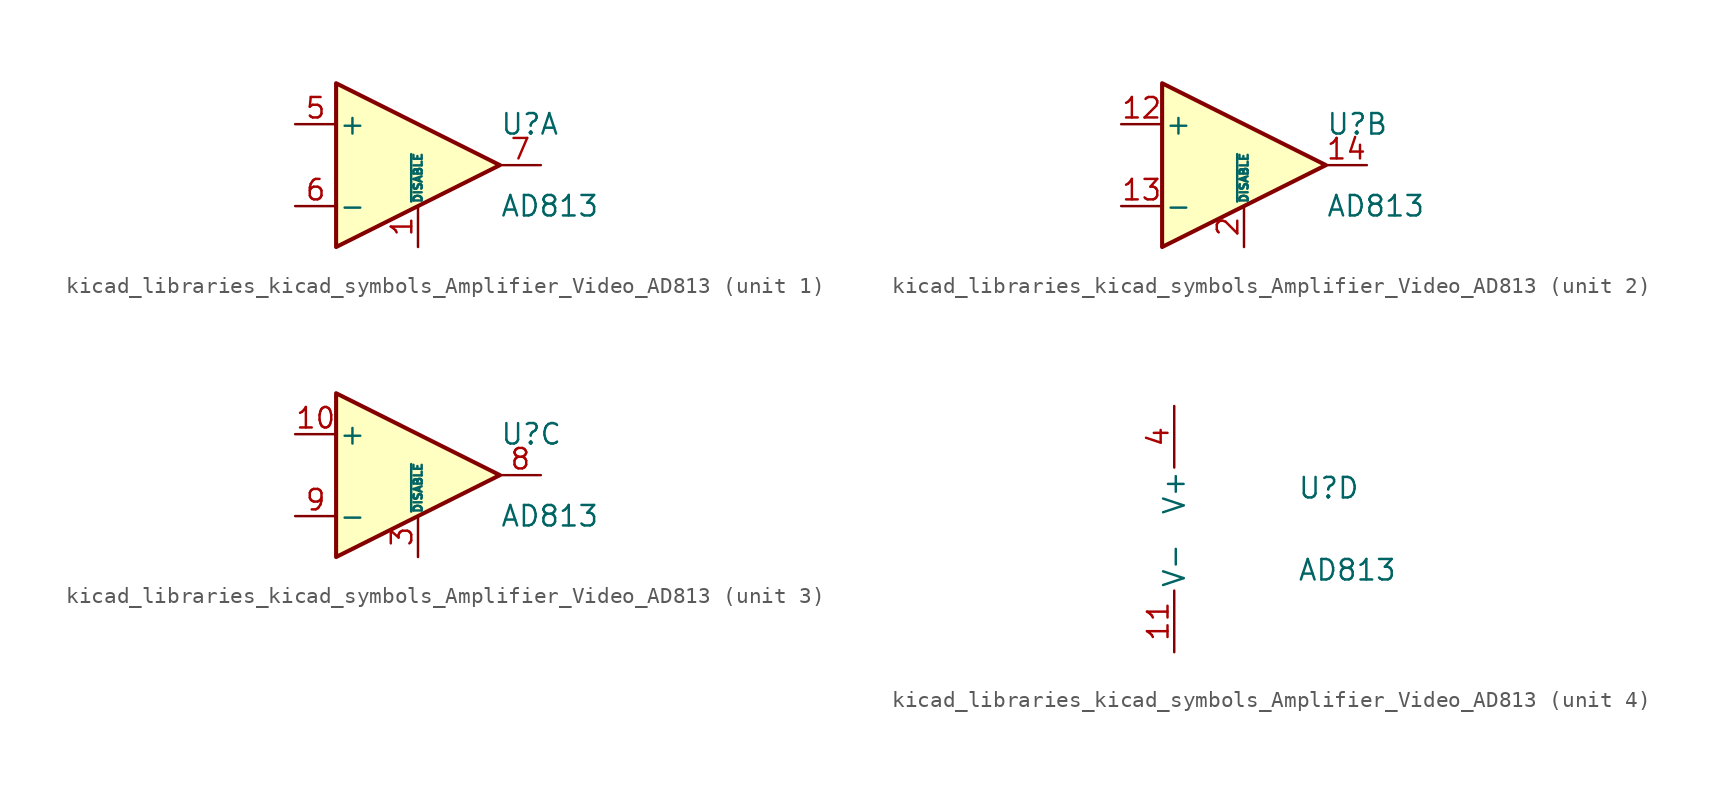
<source format=kicad_sym>
(kicad_symbol_lib
  (version 20220914)
  (generator kicad_symbol_editor)
  (symbol "kicad_libraries_kicad_symbols_Amplifier_Video_AD813"
    (pin_names
      (offset 0.127))
    (property "Reference" "U"
      (at 5.08 2.54 0)
      (effects (font (size 1.27 1.27)) (justify left)))
    (property "Value" "AD813"
      (at 5.08 -2.54 0)
      (effects (font (size 1.27 1.27)) (justify left)))
    (property "ki_locked" ""
      (at 0 0 0)
      (effects (font (size 1.27 1.27))))
    (symbol "kicad_libraries_kicad_symbols_Amplifier_Video_AD813_1_1"
      (polyline (pts (xy 5.08 0) (xy -5.08 5.08) (xy -5.08 -5.08) (xy 5.08 0)) (stroke (width 0.254) (type default)) (fill (type background)))
      (pin input line (at 0 -5.08 90) (length 2.54) (name "~{DISABLE}" (effects (font (size 0.508 0.508)))) (number "1" (effects (font (size 1.27 1.27)))))
      (pin input line (at -7.62 2.54 0) (length 2.54) (name "+" (effects (font (size 1.27 1.27)))) (number "5" (effects (font (size 1.27 1.27)))))
      (pin input line (at -7.62 -2.54 0) (length 2.54) (name "-" (effects (font (size 1.27 1.27)))) (number "6" (effects (font (size 1.27 1.27)))))
      (pin output line (at 7.62 0 180) (length 2.54) (name "~" (effects (font (size 1.27 1.27)))) (number "7" (effects (font (size 1.27 1.27))))))
    (symbol "kicad_libraries_kicad_symbols_Amplifier_Video_AD813_2_1"
      (polyline (pts (xy 5.08 0) (xy -5.08 5.08) (xy -5.08 -5.08) (xy 5.08 0)) (stroke (width 0.254) (type default)) (fill (type background)))
      (pin input line (at -7.62 2.54 0) (length 2.54) (name "+" (effects (font (size 1.27 1.27)))) (number "12" (effects (font (size 1.27 1.27)))))
      (pin input line (at -7.62 -2.54 0) (length 2.54) (name "-" (effects (font (size 1.27 1.27)))) (number "13" (effects (font (size 1.27 1.27)))))
      (pin output line (at 7.62 0 180) (length 2.54) (name "~" (effects (font (size 1.27 1.27)))) (number "14" (effects (font (size 1.27 1.27)))))
      (pin input line (at 0 -5.08 90) (length 2.54) (name "~{DISABLE}" (effects (font (size 0.508 0.508)))) (number "2" (effects (font (size 1.27 1.27))))))
    (symbol "kicad_libraries_kicad_symbols_Amplifier_Video_AD813_3_1"
      (polyline (pts (xy 5.08 0) (xy -5.08 5.08) (xy -5.08 -5.08) (xy 5.08 0)) (stroke (width 0.254) (type default)) (fill (type background)))
      (pin input line (at -7.62 2.54 0) (length 2.54) (name "+" (effects (font (size 1.27 1.27)))) (number "10" (effects (font (size 1.27 1.27)))))
      (pin input line (at 0 -5.08 90) (length 2.54) (name "~{DISABLE}" (effects (font (size 0.508 0.508)))) (number "3" (effects (font (size 1.27 1.27)))))
      (pin output line (at 7.62 0 180) (length 2.54) (name "~" (effects (font (size 1.27 1.27)))) (number "8" (effects (font (size 1.27 1.27)))))
      (pin input line (at -7.62 -2.54 0) (length 2.54) (name "-" (effects (font (size 1.27 1.27)))) (number "9" (effects (font (size 1.27 1.27))))))
    (symbol "kicad_libraries_kicad_symbols_Amplifier_Video_AD813_4_1"
      (pin power_in line (at -2.54 -7.62 90) (length 3.81) (name "V-" (effects (font (size 1.27 1.27)))) (number "11" (effects (font (size 1.27 1.27)))))
      (pin power_in line (at -2.54 7.62 270) (length 3.81) (name "V+" (effects (font (size 1.27 1.27)))) (number "4" (effects (font (size 1.27 1.27))))))))
</source>
